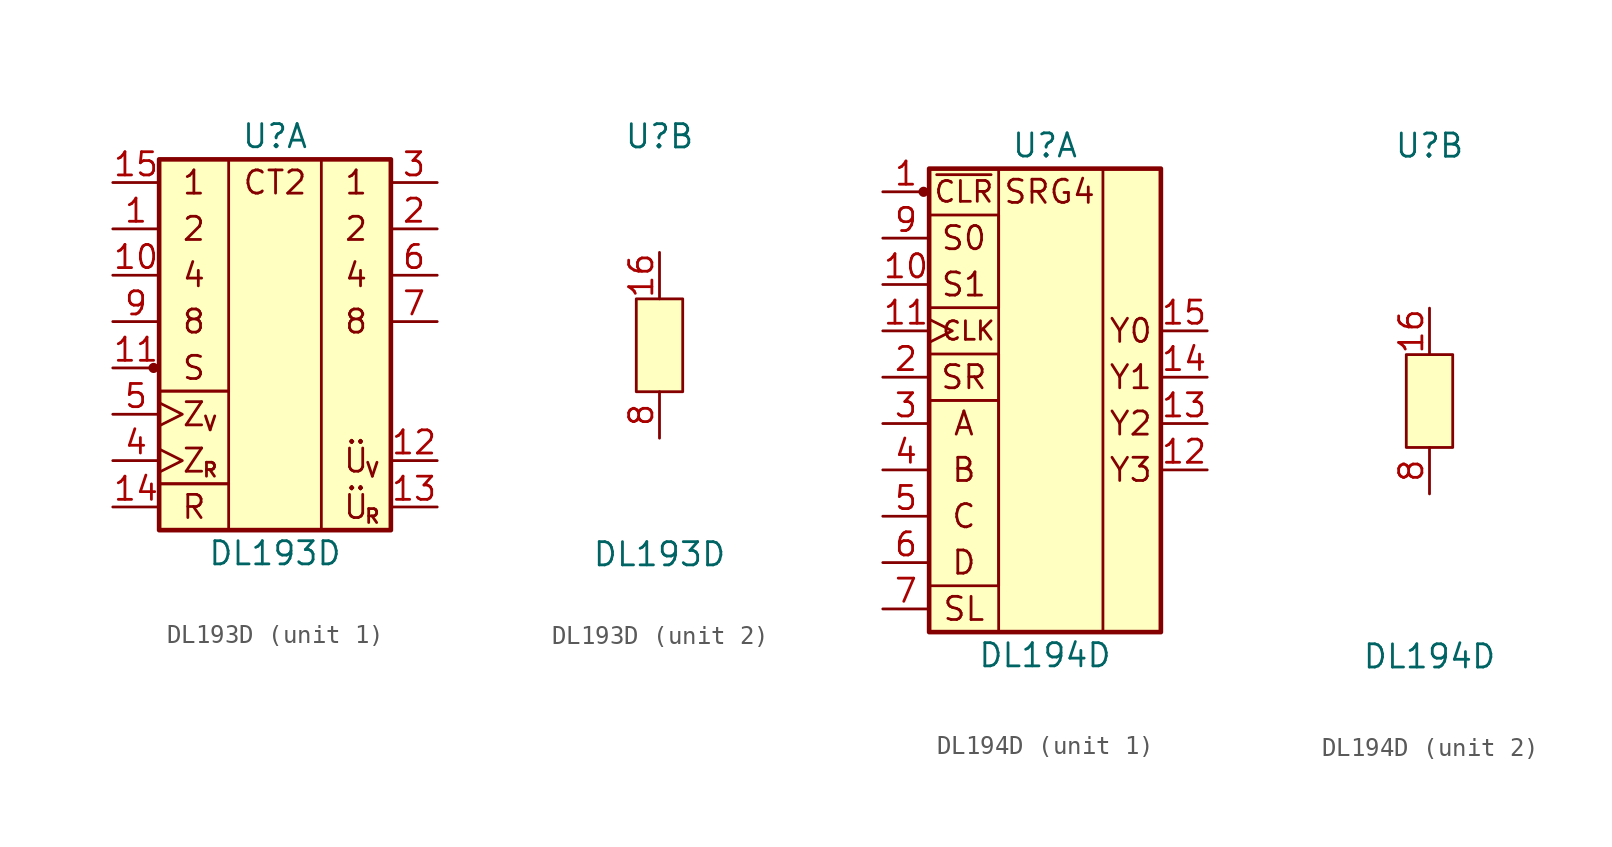
<source format=kicad_sym>
(kicad_symbol_lib
  (version 20211014)
  (generator kicad_symbol_editor)
  (symbol "DL193D"
    (pin_names
      (offset 1.016) hide)
    (property "Reference" "U"
      (at 0 11.43 0)
      (effects (font (size 1.27 1.27))))
    (property "Value" "DL193D"
      (at 0 -11.43 0)
      (effects (font (size 1.27 1.27))))
    (property "ki_locked" ""
      (at 0 0 0)
      (effects (font (size 1.27 1.27))))
    (symbol "DL193D_1_0"
      (rectangle (start -2.54 -2.54) (end -6.35 -7.62) (stroke (width 0.152) (type default) (color 0 0 0 0)) (fill (type none)))
      (text "1" (at -4.445 8.89 0) (effects (font (size 1.27 1.27))))
      (text "1" (at 4.445 8.89 0) (effects (font (size 1.27 1.27))))
      (text "2" (at -4.445 6.35 0) (effects (font (size 1.27 1.27))))
      (text "2" (at 4.445 6.35 0) (effects (font (size 1.27 1.27))))
      (text "4" (at -4.445 3.81 0) (effects (font (size 1.27 1.27))))
      (text "4" (at 4.445 3.81 0) (effects (font (size 1.27 1.27))))
      (text "8" (at -4.445 1.27 0) (effects (font (size 1.27 1.27))))
      (text "8" (at 4.445 1.27 0) (effects (font (size 1.27 1.27))))
      (text "CT2" (at 0 8.89 0) (effects (font (size 1.27 1.27))))
      (text "R" (at -4.445 -8.89 0) (effects (font (size 1.27 1.27))))
      (text "R" (at -3.556 -6.858 0) (effects (font (size 0.762 0.762))))
      (text "R" (at 5.334 -9.398 0) (effects (font (size 0.762 0.762))))
      (text "S" (at -4.445 -1.27 0) (effects (font (size 1.27 1.27))))
      (text "V" (at -3.556 -4.318 0) (effects (font (size 0.762 0.762))))
      (text "V" (at 5.334 -6.858 0) (effects (font (size 0.762 0.762))))
      (text "Z" (at -4.445 -6.35 0) (effects (font (size 1.27 1.27))))
      (text "Z" (at -4.445 -3.81 0) (effects (font (size 1.27 1.27))))
      (text "Ü" (at 4.445 -8.89 0) (effects (font (size 1.27 1.27))))
      (text "Ü" (at 4.445 -6.35 0) (effects (font (size 1.27 1.27)))))
    (symbol "DL193D_1_1"
      (circle (center -6.655 -1.27) (radius 0.203) (stroke (width 0) (type default) (color 0 0 0 0)) (fill (type outline)))
      (rectangle (start -6.35 -7.62) (end -2.54 -10.16) (stroke (width 0) (type default) (color 0 0 0 0)) (fill (type none)))
      (rectangle (start -6.35 10.16) (end -2.54 -2.54) (stroke (width 0) (type default) (color 0 0 0 0)) (fill (type none)))
      (rectangle (start -6.35 10.16) (end 6.35 -10.16) (stroke (width 0.254) (type default) (color 0 0 0 0)) (fill (type background)))
      (rectangle (start 2.54 10.16) (end 6.35 -10.16) (stroke (width 0) (type default) (color 0 0 0 0)) (fill (type none)))
      (pin input line (at -8.89 6.35 0) (length 2.54) (name "B" (effects (font (size 1.27 1.27)))) (number "1" (effects (font (size 1.27 1.27)))))
      (pin input line (at -8.89 3.81 0) (length 2.54) (name "C" (effects (font (size 1.27 1.27)))) (number "10" (effects (font (size 1.27 1.27)))))
      (pin input line (at -8.89 -1.27 0) (length 2.54) (name "S" (effects (font (size 1.27 1.27)))) (number "11" (effects (font (size 1.27 1.27)))))
      (pin output line (at 8.89 -6.35 180) (length 2.54) (name "ÜV" (effects (font (size 1.27 1.27)))) (number "12" (effects (font (size 1.27 1.27)))))
      (pin output line (at 8.89 -8.89 180) (length 2.54) (name "ÜR" (effects (font (size 1.27 1.27)))) (number "13" (effects (font (size 1.27 1.27)))))
      (pin input line (at -8.89 -8.89 0) (length 2.54) (name "R" (effects (font (size 1.27 1.27)))) (number "14" (effects (font (size 1.27 1.27)))))
      (pin input line (at -8.89 8.89 0) (length 2.54) (name "A" (effects (font (size 1.27 1.27)))) (number "15" (effects (font (size 1.27 1.27)))))
      (pin output line (at 8.89 6.35 180) (length 2.54) (name "QB" (effects (font (size 1.27 1.27)))) (number "2" (effects (font (size 1.27 1.27)))))
      (pin output line (at 8.89 8.89 180) (length 2.54) (name "QA" (effects (font (size 1.27 1.27)))) (number "3" (effects (font (size 1.27 1.27)))))
      (pin input clock (at -8.89 -6.35 0) (length 2.54) (name "TR" (effects (font (size 1.27 1.27)))) (number "4" (effects (font (size 1.27 1.27)))))
      (pin input clock (at -8.89 -3.81 0) (length 2.54) (name "TV" (effects (font (size 1.27 1.27)))) (number "5" (effects (font (size 1.27 1.27)))))
      (pin output line (at 8.89 3.81 180) (length 2.54) (name "QC" (effects (font (size 1.27 1.27)))) (number "6" (effects (font (size 1.27 1.27)))))
      (pin output line (at 8.89 1.27 180) (length 2.54) (name "QD" (effects (font (size 1.27 1.27)))) (number "7" (effects (font (size 1.27 1.27)))))
      (pin input line (at -8.89 1.27 0) (length 2.54) (name "D" (effects (font (size 1.27 1.27)))) (number "9" (effects (font (size 1.27 1.27))))))
    (symbol "DL193D_2_1"
      (rectangle (start -1.27 2.54) (end 1.27 -2.54) (stroke (width 0) (type default) (color 0 0 0 0)) (fill (type background)))
      (pin power_in line (at 0 5.08 270) (length 2.54) (name "Vcc" (effects (font (size 1.27 1.27)))) (number "16" (effects (font (size 1.27 1.27)))))
      (pin power_in line (at 0 -5.08 90) (length 2.54) (name "GND" (effects (font (size 1.27 1.27)))) (number "8" (effects (font (size 1.27 1.27)))))))
  (symbol "DL194D"
    (pin_names
      (offset 1.016) hide)
    (property "Reference" "U"
      (at 0 13.97 0)
      (effects (font (size 1.27 1.27))))
    (property "Value" "DL194D"
      (at 0 -13.97 0)
      (effects (font (size 1.27 1.27))))
    (property "ki_locked" ""
      (at 0 0 0)
      (effects (font (size 1.27 1.27))))
    (symbol "DL194D_1_1"
      (circle (center -6.655 11.43) (radius 0.203) (stroke (width 0) (type default) (color 0 0 0 0)) (fill (type outline)))
      (rectangle (start -6.35 0) (end -2.54 -10.16) (stroke (width 0) (type default) (color 0 0 0 0)) (fill (type none)))
      (rectangle (start -6.35 2.54) (end -2.54 0) (stroke (width 0) (type default) (color 0 0 0 0)) (fill (type none)))
      (rectangle (start -6.35 10.16) (end -2.54 5.08) (stroke (width 0) (type default) (color 0 0 0 0)) (fill (type none)))
      (rectangle (start -6.35 12.7) (end 6.35 -12.7) (stroke (width 0.254) (type default) (color 0 0 0 0)) (fill (type background)))
      (rectangle (start -2.54 12.7) (end 3.175 -12.7) (stroke (width 0) (type default) (color 0 0 0 0)) (fill (type none)))
      (text "A" (at -4.445 -1.27 0) (effects (font (size 1.27 1.27))))
      (text "B" (at -4.445 -3.81 0) (effects (font (size 1.27 1.27))))
      (text "C" (at -4.445 -6.35 0) (effects (font (size 1.27 1.27))))
      (text "CLK" (at -4.191 3.81 0) (effects (font (size 1.016 1.016))))
      (text "D" (at -4.445 -8.89 0) (effects (font (size 1.27 1.27))))
      (text "S0" (at -4.445 8.89 0) (effects (font (size 1.27 1.27))))
      (text "S1" (at -4.445 6.35 0) (effects (font (size 1.27 1.27))))
      (text "SL" (at -4.445 -11.43 0) (effects (font (size 1.27 1.27))))
      (text "SR" (at -4.445 1.27 0) (effects (font (size 1.27 1.27))))
      (text "SRG4" (at 0.254 11.43 0) (effects (font (size 1.27 1.27))))
      (text "Y0" (at 4.699 3.81 0) (effects (font (size 1.27 1.27))))
      (text "Y1" (at 4.699 1.27 0) (effects (font (size 1.27 1.27))))
      (text "Y2" (at 4.699 -1.27 0) (effects (font (size 1.27 1.27))))
      (text "Y3" (at 4.699 -3.81 0) (effects (font (size 1.27 1.27))))
      (text "~{CLR}" (at -4.445 11.43 0) (effects (font (size 1.143 1.143))))
      (pin input line (at -8.89 11.43 0) (length 2.54) (name "CLR" (effects (font (size 1.27 1.27)))) (number "1" (effects (font (size 1.27 1.27)))))
      (pin input line (at -8.89 6.35 0) (length 2.54) (name "S1" (effects (font (size 1.27 1.27)))) (number "10" (effects (font (size 1.27 1.27)))))
      (pin input clock (at -8.89 3.81 0) (length 2.54) (name "CLK" (effects (font (size 1.27 1.27)))) (number "11" (effects (font (size 1.27 1.27)))))
      (pin tri_state line (at 8.89 -3.81 180) (length 2.54) (name "Y3" (effects (font (size 1.27 1.27)))) (number "12" (effects (font (size 1.27 1.27)))))
      (pin tri_state line (at 8.89 -1.27 180) (length 2.54) (name "Y2" (effects (font (size 1.27 1.27)))) (number "13" (effects (font (size 1.27 1.27)))))
      (pin tri_state line (at 8.89 1.27 180) (length 2.54) (name "Y1" (effects (font (size 1.27 1.27)))) (number "14" (effects (font (size 1.27 1.27)))))
      (pin tri_state line (at 8.89 3.81 180) (length 2.54) (name "Y0" (effects (font (size 1.27 1.27)))) (number "15" (effects (font (size 1.27 1.27)))))
      (pin input line (at -8.89 1.27 0) (length 2.54) (name "SR" (effects (font (size 1.27 1.27)))) (number "2" (effects (font (size 1.27 1.27)))))
      (pin input line (at -8.89 -1.27 0) (length 2.54) (name "A" (effects (font (size 1.27 1.27)))) (number "3" (effects (font (size 1.27 1.27)))))
      (pin input line (at -8.89 -3.81 0) (length 2.54) (name "B" (effects (font (size 1.27 1.27)))) (number "4" (effects (font (size 1.27 1.27)))))
      (pin input line (at -8.89 -6.35 0) (length 2.54) (name "C" (effects (font (size 1.27 1.27)))) (number "5" (effects (font (size 1.27 1.27)))))
      (pin input line (at -8.89 -8.89 0) (length 2.54) (name "D" (effects (font (size 1.27 1.27)))) (number "6" (effects (font (size 1.27 1.27)))))
      (pin input line (at -8.89 -11.43 0) (length 2.54) (name "SL" (effects (font (size 1.27 1.27)))) (number "7" (effects (font (size 1.27 1.27)))))
      (pin input line (at -8.89 8.89 0) (length 2.54) (name "S0" (effects (font (size 1.27 1.27)))) (number "9" (effects (font (size 1.27 1.27))))))
    (symbol "DL194D_2_1"
      (rectangle (start -1.27 2.54) (end 1.27 -2.54) (stroke (width 0) (type default) (color 0 0 0 0)) (fill (type background)))
      (pin power_in line (at 0 5.08 270) (length 2.54) (name "Vcc" (effects (font (size 1.27 1.27)))) (number "16" (effects (font (size 1.27 1.27)))))
      (pin power_in line (at 0 -5.08 90) (length 2.54) (name "GND" (effects (font (size 1.27 1.27)))) (number "8" (effects (font (size 1.27 1.27))))))))
</source>
